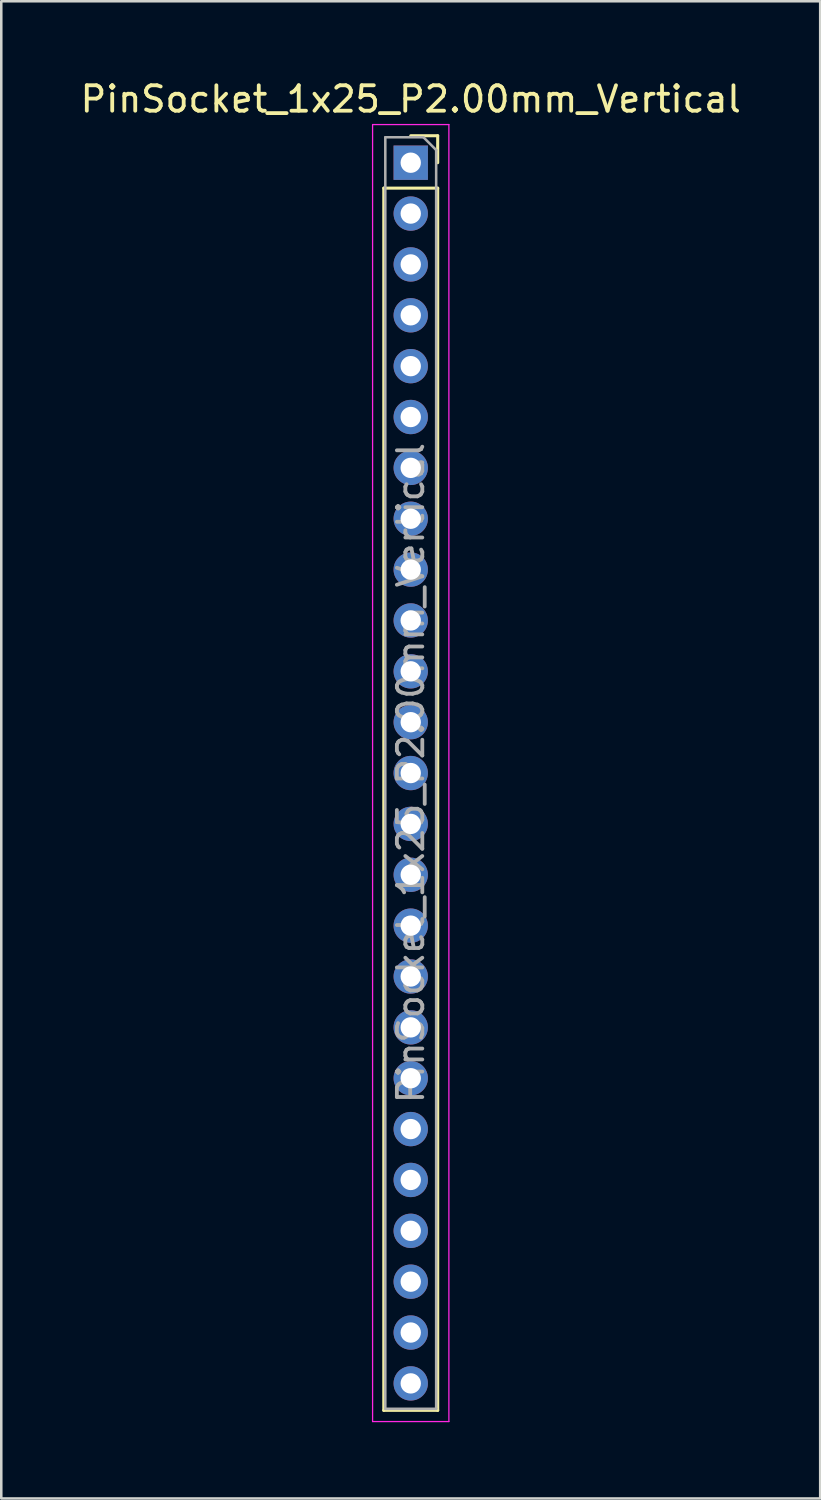
<source format=kicad_pcb>
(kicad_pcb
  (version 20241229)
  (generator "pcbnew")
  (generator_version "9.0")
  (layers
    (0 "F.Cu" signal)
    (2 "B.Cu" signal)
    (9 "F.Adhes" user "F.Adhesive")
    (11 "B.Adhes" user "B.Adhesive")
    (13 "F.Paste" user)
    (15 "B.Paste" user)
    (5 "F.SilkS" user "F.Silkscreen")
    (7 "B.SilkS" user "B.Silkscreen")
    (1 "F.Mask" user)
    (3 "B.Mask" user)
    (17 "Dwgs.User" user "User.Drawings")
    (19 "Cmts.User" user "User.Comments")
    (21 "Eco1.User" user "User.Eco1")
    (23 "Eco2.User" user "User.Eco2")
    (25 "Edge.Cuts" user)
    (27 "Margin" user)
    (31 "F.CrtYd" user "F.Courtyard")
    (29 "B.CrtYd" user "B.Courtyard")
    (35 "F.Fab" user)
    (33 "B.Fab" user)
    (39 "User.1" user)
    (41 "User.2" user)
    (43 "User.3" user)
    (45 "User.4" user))
  (footprint "PinSocket_1x25_P2.00mm_Vertical"
    (layer "F.Cu")
    (at 13.101 3.348)
    (property "Reference" "PinSocket_1x25_P2.00mm_Vertical" (at 0 -2.5 0) (layer "F.SilkS") (effects (font (size 1 1) (thickness 0.15))))
    (attr through_hole)
    (fp_line (start -1.06 1) (end -1.06 49.06) (stroke (width 0.12) (type solid)) (layer "F.SilkS"))
    (fp_line (start -1.06 1) (end 1.06 1) (stroke (width 0.12) (type solid)) (layer "F.SilkS"))
    (fp_line (start -1.06 49.06) (end 1.06 49.06) (stroke (width 0.12) (type solid)) (layer "F.SilkS"))
    (fp_line (start 0 -1.06) (end 1.06 -1.06) (stroke (width 0.12) (type solid)) (layer "F.SilkS"))
    (fp_line (start 1.06 -1.06) (end 1.06 0) (stroke (width 0.12) (type solid)) (layer "F.SilkS"))
    (fp_line (start 1.06 1) (end 1.06 49.06) (stroke (width 0.12) (type solid)) (layer "F.SilkS"))
    (fp_line (start -1.5 -1.5) (end 1.5 -1.5) (stroke (width 0.05) (type solid)) (layer "F.CrtYd"))
    (fp_line (start -1.5 49.5) (end -1.5 -1.5) (stroke (width 0.05) (type solid)) (layer "F.CrtYd"))
    (fp_line (start 1.5 -1.5) (end 1.5 49.5) (stroke (width 0.05) (type solid)) (layer "F.CrtYd"))
    (fp_line (start 1.5 49.5) (end -1.5 49.5) (stroke (width 0.05) (type solid)) (layer "F.CrtYd"))
    (fp_line (start -1 -1) (end 0.5 -1) (stroke (width 0.1) (type solid)) (layer "F.Fab"))
    (fp_line (start -1 49) (end -1 -1) (stroke (width 0.1) (type solid)) (layer "F.Fab"))
    (fp_line (start 0.5 -1) (end 1 -0.5) (stroke (width 0.1) (type solid)) (layer "F.Fab"))
    (fp_line (start 1 -0.5) (end 1 49) (stroke (width 0.1) (type solid)) (layer "F.Fab"))
    (fp_line (start 1 49) (end -1 49) (stroke (width 0.1) (type solid)) (layer "F.Fab"))
    (fp_text user "${REFERENCE}" (at 0 24 90) (layer "F.Fab") (effects (font (size 1 1) (thickness 0.15))))
    (pad "1" thru_hole rect (at 0 0) (size 1.35 1.35) (drill 0.8) (layers "*.Cu" "*.Mask"))
    (pad "2" thru_hole circle (at 0 2) (size 1.35 1.35) (drill 0.8) (layers "*.Cu" "*.Mask"))
    (pad "3" thru_hole circle (at 0 4) (size 1.35 1.35) (drill 0.8) (layers "*.Cu" "*.Mask"))
    (pad "4" thru_hole circle (at 0 6) (size 1.35 1.35) (drill 0.8) (layers "*.Cu" "*.Mask"))
    (pad "5" thru_hole circle (at 0 8) (size 1.35 1.35) (drill 0.8) (layers "*.Cu" "*.Mask"))
    (pad "6" thru_hole circle (at 0 10) (size 1.35 1.35) (drill 0.8) (layers "*.Cu" "*.Mask"))
    (pad "7" thru_hole circle (at 0 12) (size 1.35 1.35) (drill 0.8) (layers "*.Cu" "*.Mask"))
    (pad "8" thru_hole circle (at 0 14) (size 1.35 1.35) (drill 0.8) (layers "*.Cu" "*.Mask"))
    (pad "9" thru_hole circle (at 0 16) (size 1.35 1.35) (drill 0.8) (layers "*.Cu" "*.Mask"))
    (pad "10" thru_hole circle (at 0 18) (size 1.35 1.35) (drill 0.8) (layers "*.Cu" "*.Mask"))
    (pad "11" thru_hole circle (at 0 20) (size 1.35 1.35) (drill 0.8) (layers "*.Cu" "*.Mask"))
    (pad "12" thru_hole circle (at 0 22) (size 1.35 1.35) (drill 0.8) (layers "*.Cu" "*.Mask"))
    (pad "13" thru_hole circle (at 0 24) (size 1.35 1.35) (drill 0.8) (layers "*.Cu" "*.Mask"))
    (pad "14" thru_hole circle (at 0 26) (size 1.35 1.35) (drill 0.8) (layers "*.Cu" "*.Mask"))
    (pad "15" thru_hole circle (at 0 28) (size 1.35 1.35) (drill 0.8) (layers "*.Cu" "*.Mask"))
    (pad "16" thru_hole circle (at 0 30) (size 1.35 1.35) (drill 0.8) (layers "*.Cu" "*.Mask"))
    (pad "17" thru_hole circle (at 0 32) (size 1.35 1.35) (drill 0.8) (layers "*.Cu" "*.Mask"))
    (pad "18" thru_hole circle (at 0 34) (size 1.35 1.35) (drill 0.8) (layers "*.Cu" "*.Mask"))
    (pad "19" thru_hole circle (at 0 36) (size 1.35 1.35) (drill 0.8) (layers "*.Cu" "*.Mask"))
    (pad "20" thru_hole circle (at 0 38) (size 1.35 1.35) (drill 0.8) (layers "*.Cu" "*.Mask"))
    (pad "21" thru_hole circle (at 0 40) (size 1.35 1.35) (drill 0.8) (layers "*.Cu" "*.Mask"))
    (pad "22" thru_hole circle (at 0 42) (size 1.35 1.35) (drill 0.8) (layers "*.Cu" "*.Mask"))
    (pad "23" thru_hole circle (at 0 44) (size 1.35 1.35) (drill 0.8) (layers "*.Cu" "*.Mask"))
    (pad "24" thru_hole circle (at 0 46) (size 1.35 1.35) (drill 0.8) (layers "*.Cu" "*.Mask"))
    (pad "25" thru_hole circle (at 0 48) (size 1.35 1.35) (drill 0.8) (layers "*.Cu" "*.Mask")))
  (gr_rect
    (start -3 -3)
    (end 29.202 55.873)
    (stroke (width 0.1) (type default))
    (fill no)
    (layer "Edge.Cuts")))
</source>
